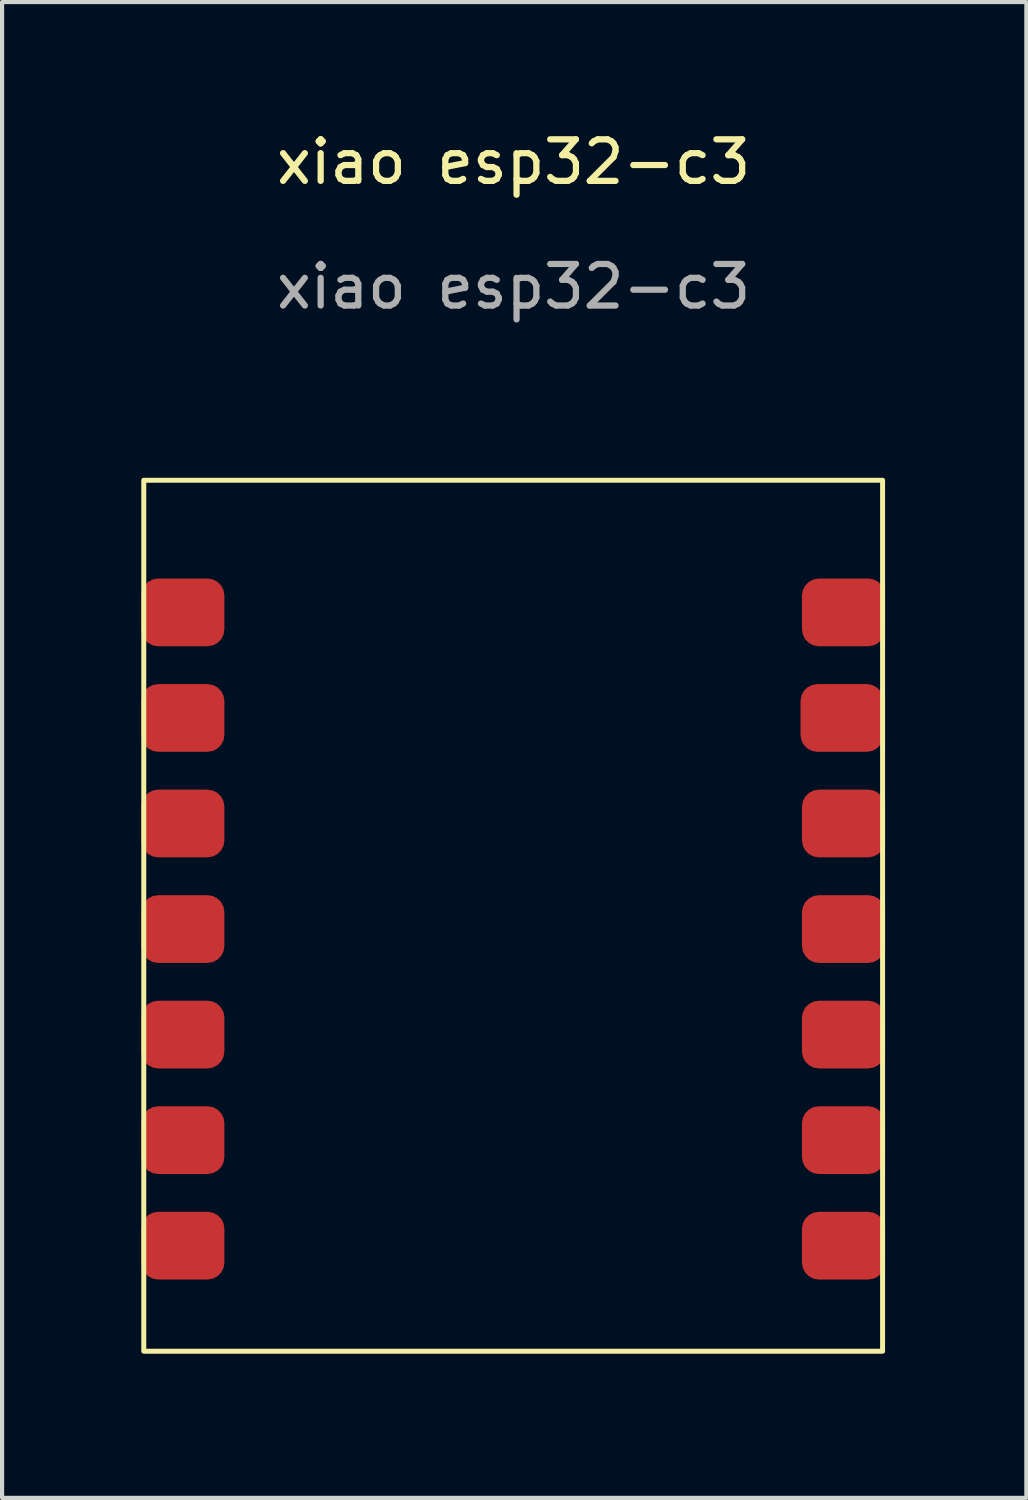
<source format=kicad_pcb>
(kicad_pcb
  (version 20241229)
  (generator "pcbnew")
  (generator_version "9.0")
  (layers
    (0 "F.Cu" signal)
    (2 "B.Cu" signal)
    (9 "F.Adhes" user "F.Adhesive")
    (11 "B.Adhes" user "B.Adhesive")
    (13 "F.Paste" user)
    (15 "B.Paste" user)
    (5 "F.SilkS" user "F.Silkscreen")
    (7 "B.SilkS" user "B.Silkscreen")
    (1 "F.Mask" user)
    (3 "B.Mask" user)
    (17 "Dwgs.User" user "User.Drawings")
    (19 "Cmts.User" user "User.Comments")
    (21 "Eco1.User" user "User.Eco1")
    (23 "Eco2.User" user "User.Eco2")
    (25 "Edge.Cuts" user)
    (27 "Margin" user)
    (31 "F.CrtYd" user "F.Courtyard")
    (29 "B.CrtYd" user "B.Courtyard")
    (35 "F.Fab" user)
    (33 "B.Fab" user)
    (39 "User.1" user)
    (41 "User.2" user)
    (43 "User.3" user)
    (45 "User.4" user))
  (footprint "xiao esp32-c3"
    (layer "F.Cu")
    (at 9.31 1.348)
    (property "Reference" "xiao esp32-c3" (at 0 -0.5 0) (unlocked yes) (layer "F.SilkS") (effects (font (size 1 1) (thickness 0.15))))
    (attr smd)
    (fp_rect (start -8.9 7.16) (end 8.88 28.12) (stroke (width 0.12) (type default)) (fill no) (layer "F.SilkS"))
    (fp_rect (start -9.25 3.7) (end 9.28 28.59) (stroke (width 0.12) (type default)) (fill no) (layer "Margin"))
    (fp_text user "${REFERENCE}" (at 0 2.5 0) (unlocked yes) (layer "F.Fab") (effects (font (size 1 1) (thickness 0.15))))
    (pad "1" smd roundrect (at -7.96 10.34 270) (size 1.63 2) (layers "F.Cu" "F.Mask" "F.Paste") (roundrect_rratio 0.25))
    (pad "2" smd roundrect (at -7.96 12.88 90) (size 1.63 2) (layers "F.Cu" "F.Mask" "F.Paste") (roundrect_rratio 0.25))
    (pad "3" smd roundrect (at -7.96 15.42 90) (size 1.63 2) (layers "F.Cu" "F.Mask" "F.Paste") (roundrect_rratio 0.25))
    (pad "4" smd roundrect (at -7.96 17.96 90) (size 1.63 2) (layers "F.Cu" "F.Mask" "F.Paste") (roundrect_rratio 0.25))
    (pad "5" smd roundrect (at -7.96 20.5 90) (size 1.63 2) (layers "F.Cu" "F.Mask" "F.Paste" "Eco2.User") (roundrect_rratio 0.25))
    (pad "6" smd roundrect (at -7.96 23.04 90) (size 1.63 2) (layers "F.Cu" "F.Mask" "F.Paste") (roundrect_rratio 0.25))
    (pad "7" smd roundrect (at -7.96 25.58 90) (size 1.63 2) (layers "F.Cu" "F.Mask" "F.Paste") (roundrect_rratio 0.25))
    (pad "8" smd roundrect (at 7.94 25.58 90) (size 1.63 2) (layers "F.Cu" "F.Mask" "F.Paste") (roundrect_rratio 0.25))
    (pad "9" smd roundrect (at 7.94 23.04 90) (size 1.63 2) (layers "F.Cu" "F.Mask" "F.Paste") (roundrect_rratio 0.25))
    (pad "10" smd roundrect (at 7.94 20.5 90) (size 1.63 2) (layers "F.Cu" "F.Mask" "F.Paste") (roundrect_rratio 0.25))
    (pad "11" smd roundrect (at 7.94 17.96 90) (size 1.63 2) (layers "F.Cu" "F.Mask" "F.Paste") (roundrect_rratio 0.25))
    (pad "12" smd roundrect (at 7.94 15.42 90) (size 1.63 2) (layers "F.Cu" "F.Mask" "F.Paste") (roundrect_rratio 0.25))
    (pad "13" smd roundrect (at 7.905 12.88 90) (size 1.63 2) (layers "F.Cu" "F.Mask" "F.Paste") (roundrect_rratio 0.25))
    (pad "14" smd roundrect (at 7.94 10.34 90) (size 1.63 2) (layers "F.Cu" "F.Mask" "F.Paste") (roundrect_rratio 0.25)))
  (gr_rect
    (start -3 -3)
    (end 21.65 32.998)
    (stroke (width 0.1) (type default))
    (fill no)
    (layer "Edge.Cuts")))
</source>
